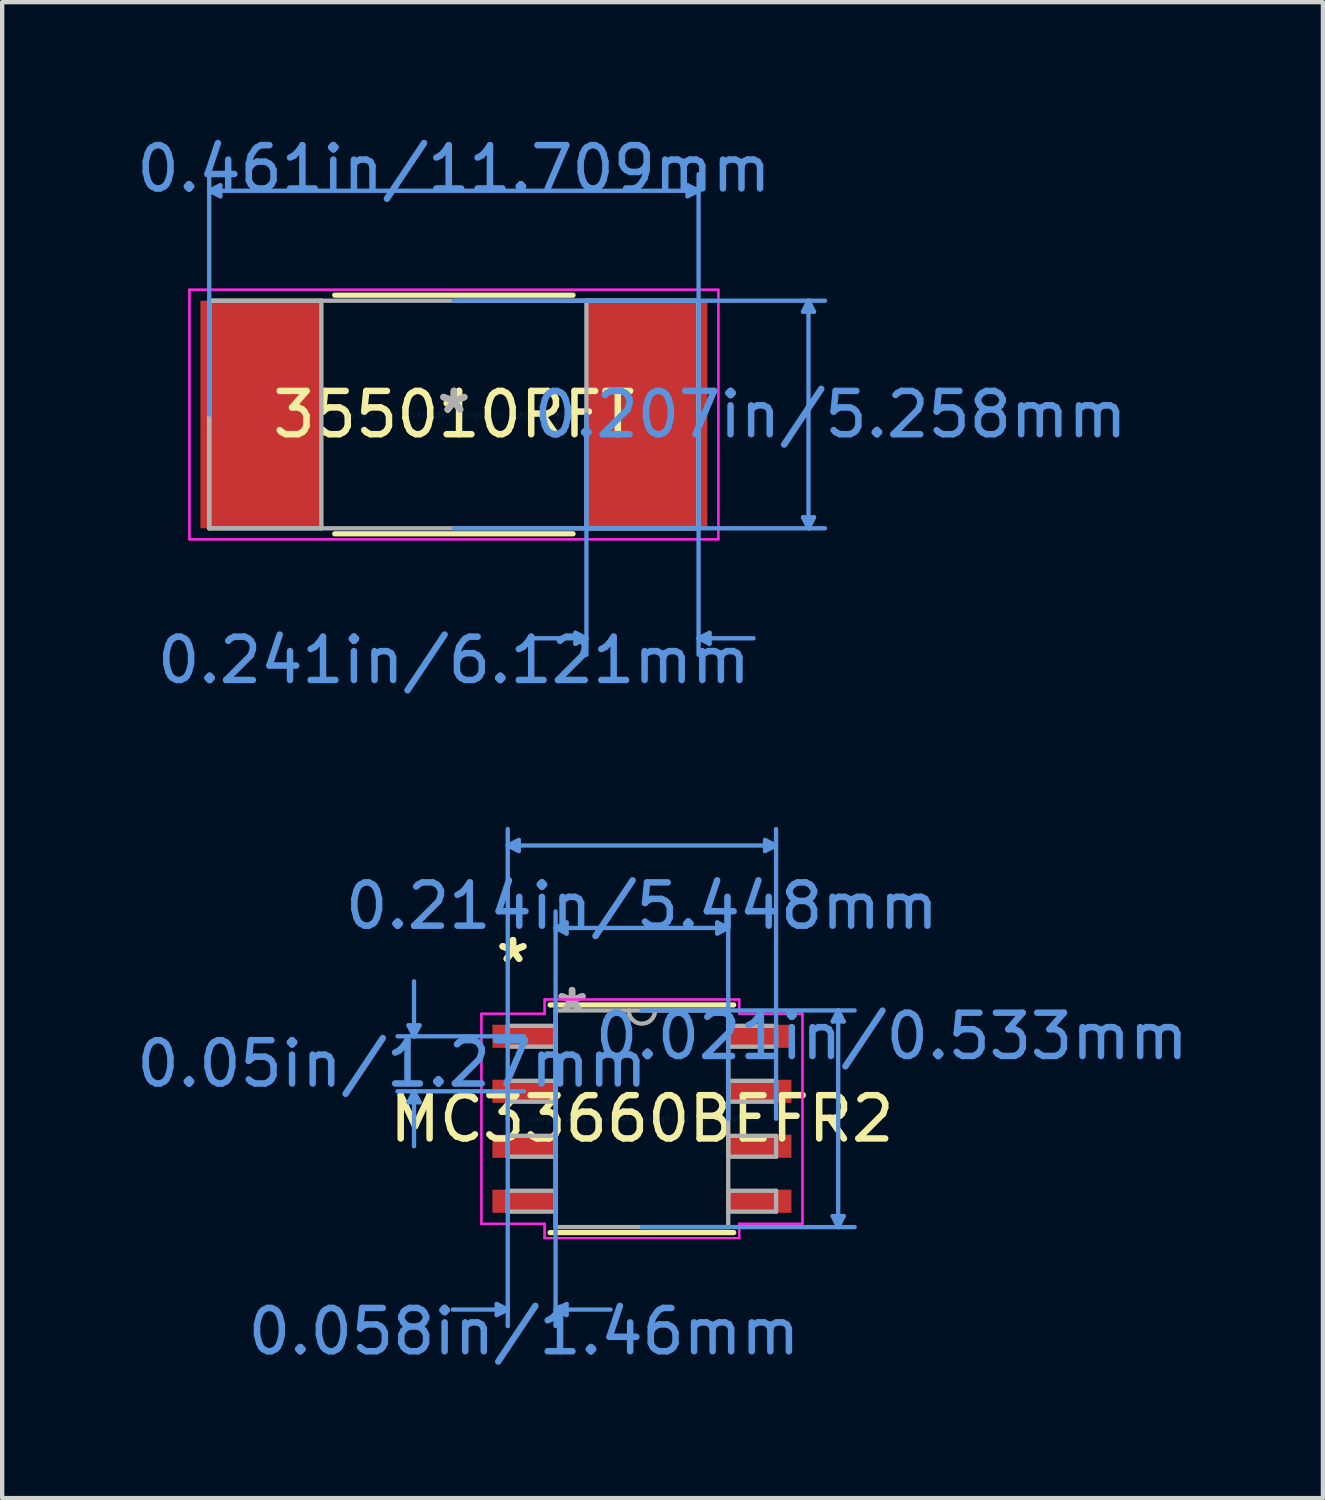
<source format=kicad_pcb>
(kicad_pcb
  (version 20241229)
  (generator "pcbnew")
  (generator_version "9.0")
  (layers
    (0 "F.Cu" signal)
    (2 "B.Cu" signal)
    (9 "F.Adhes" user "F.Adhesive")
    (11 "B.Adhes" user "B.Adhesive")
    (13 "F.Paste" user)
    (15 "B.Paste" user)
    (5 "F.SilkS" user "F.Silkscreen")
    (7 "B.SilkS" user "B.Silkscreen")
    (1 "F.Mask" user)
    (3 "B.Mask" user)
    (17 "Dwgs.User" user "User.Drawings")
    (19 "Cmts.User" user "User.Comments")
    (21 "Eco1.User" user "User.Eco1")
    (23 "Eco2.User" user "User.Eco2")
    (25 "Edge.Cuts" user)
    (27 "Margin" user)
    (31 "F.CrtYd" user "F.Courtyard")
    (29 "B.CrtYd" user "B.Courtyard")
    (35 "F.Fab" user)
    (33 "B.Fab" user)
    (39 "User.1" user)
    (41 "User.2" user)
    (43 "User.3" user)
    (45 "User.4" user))
  (footprint "MC33660BEFR2"
    (layer "F.Cu")
    (at 11.778 22.793)
    (property "Reference" "MC33660BEFR2" (at 0 0 0) (layer "F.SilkS") (effects (font (size 1 1) (thickness 0.15))))
    (attr through_hole)
    (fp_line (start -2.121 2.629) (end 2.121 2.629) (stroke (width 0.12) (type solid)) (layer "F.SilkS"))
    (fp_line (start 2.121 -2.629) (end -2.121 -2.629) (stroke (width 0.12) (type solid)) (layer "F.SilkS"))
    (fp_line (start -5.391 -2.159) (end -5.137 -2.159) (stroke (width 0.1) (type solid)) (layer "Cmts.User"))
    (fp_line (start -5.391 -0.381) (end -5.137 -0.381) (stroke (width 0.1) (type solid)) (layer "Cmts.User"))
    (fp_line (start -5.264 -1.905) (end -5.391 -2.159) (stroke (width 0.1) (type solid)) (layer "Cmts.User"))
    (fp_line (start -5.264 -1.905) (end -5.264 -3.175) (stroke (width 0.1) (type solid)) (layer "Cmts.User"))
    (fp_line (start -5.264 -1.905) (end -5.137 -2.159) (stroke (width 0.1) (type solid)) (layer "Cmts.User"))
    (fp_line (start -5.264 -0.635) (end -5.391 -0.381) (stroke (width 0.1) (type solid)) (layer "Cmts.User"))
    (fp_line (start -5.264 -0.635) (end -5.264 0.635) (stroke (width 0.1) (type solid)) (layer "Cmts.User"))
    (fp_line (start -5.264 -0.635) (end -5.137 -0.381) (stroke (width 0.1) (type solid)) (layer "Cmts.User"))
    (fp_line (start -3.353 4.28) (end -3.353 4.534) (stroke (width 0.1) (type solid)) (layer "Cmts.User"))
    (fp_line (start -3.099 -6.312) (end -2.845 -6.439) (stroke (width 0.1) (type solid)) (layer "Cmts.User"))
    (fp_line (start -3.099 -6.312) (end -2.845 -6.185) (stroke (width 0.1) (type solid)) (layer "Cmts.User"))
    (fp_line (start -3.099 -6.312) (end 3.099 -6.312) (stroke (width 0.1) (type solid)) (layer "Cmts.User"))
    (fp_line (start -3.099 0) (end -3.099 -6.693) (stroke (width 0.1) (type solid)) (layer "Cmts.User"))
    (fp_line (start -3.099 0) (end -3.099 4.788) (stroke (width 0.1) (type solid)) (layer "Cmts.User"))
    (fp_line (start -3.099 4.407) (end -4.369 4.407) (stroke (width 0.1) (type solid)) (layer "Cmts.User"))
    (fp_line (start -3.099 4.407) (end -3.353 4.28) (stroke (width 0.1) (type solid)) (layer "Cmts.User"))
    (fp_line (start -3.099 4.407) (end -3.353 4.534) (stroke (width 0.1) (type solid)) (layer "Cmts.User"))
    (fp_line (start -2.845 -6.439) (end -2.845 -6.185) (stroke (width 0.1) (type solid)) (layer "Cmts.User"))
    (fp_line (start -2.724 -1.905) (end -5.645 -1.905) (stroke (width 0.1) (type solid)) (layer "Cmts.User"))
    (fp_line (start -2.724 -0.635) (end -5.645 -0.635) (stroke (width 0.1) (type solid)) (layer "Cmts.User"))
    (fp_line (start -1.994 -4.407) (end -1.74 -4.534) (stroke (width 0.1) (type solid)) (layer "Cmts.User"))
    (fp_line (start -1.994 -4.407) (end -1.74 -4.28) (stroke (width 0.1) (type solid)) (layer "Cmts.User"))
    (fp_line (start -1.994 -4.407) (end 1.994 -4.407) (stroke (width 0.1) (type solid)) (layer "Cmts.User"))
    (fp_line (start -1.994 0) (end -1.994 -4.788) (stroke (width 0.1) (type solid)) (layer "Cmts.User"))
    (fp_line (start -1.994 0) (end -1.994 4.788) (stroke (width 0.1) (type solid)) (layer "Cmts.User"))
    (fp_line (start -1.994 4.407) (end -1.74 4.28) (stroke (width 0.1) (type solid)) (layer "Cmts.User"))
    (fp_line (start -1.994 4.407) (end -1.74 4.534) (stroke (width 0.1) (type solid)) (layer "Cmts.User"))
    (fp_line (start -1.994 4.407) (end -0.724 4.407) (stroke (width 0.1) (type solid)) (layer "Cmts.User"))
    (fp_line (start -1.74 -4.534) (end -1.74 -4.28) (stroke (width 0.1) (type solid)) (layer "Cmts.User"))
    (fp_line (start -1.74 4.28) (end -1.74 4.534) (stroke (width 0.1) (type solid)) (layer "Cmts.User"))
    (fp_line (start 0 -2.502) (end 4.915 -2.502) (stroke (width 0.1) (type solid)) (layer "Cmts.User"))
    (fp_line (start 0 2.502) (end 4.915 2.502) (stroke (width 0.1) (type solid)) (layer "Cmts.User"))
    (fp_line (start 1.74 -4.534) (end 1.74 -4.28) (stroke (width 0.1) (type solid)) (layer "Cmts.User"))
    (fp_line (start 1.994 -4.407) (end 1.74 -4.534) (stroke (width 0.1) (type solid)) (layer "Cmts.User"))
    (fp_line (start 1.994 -4.407) (end 1.74 -4.28) (stroke (width 0.1) (type solid)) (layer "Cmts.User"))
    (fp_line (start 1.994 0) (end 1.994 -4.788) (stroke (width 0.1) (type solid)) (layer "Cmts.User"))
    (fp_line (start 2.845 -6.439) (end 2.845 -6.185) (stroke (width 0.1) (type solid)) (layer "Cmts.User"))
    (fp_line (start 3.099 -6.312) (end 2.845 -6.439) (stroke (width 0.1) (type solid)) (layer "Cmts.User"))
    (fp_line (start 3.099 -6.312) (end 2.845 -6.185) (stroke (width 0.1) (type solid)) (layer "Cmts.User"))
    (fp_line (start 3.099 0) (end 3.099 -6.693) (stroke (width 0.1) (type solid)) (layer "Cmts.User"))
    (fp_line (start 4.407 -2.248) (end 4.661 -2.248) (stroke (width 0.1) (type solid)) (layer "Cmts.User"))
    (fp_line (start 4.407 2.248) (end 4.661 2.248) (stroke (width 0.1) (type solid)) (layer "Cmts.User"))
    (fp_line (start 4.534 -2.502) (end 4.407 -2.248) (stroke (width 0.1) (type solid)) (layer "Cmts.User"))
    (fp_line (start 4.534 -2.502) (end 4.534 2.502) (stroke (width 0.1) (type solid)) (layer "Cmts.User"))
    (fp_line (start 4.534 -2.502) (end 4.661 -2.248) (stroke (width 0.1) (type solid)) (layer "Cmts.User"))
    (fp_line (start 4.534 2.502) (end 4.407 2.248) (stroke (width 0.1) (type solid)) (layer "Cmts.User"))
    (fp_line (start 4.534 2.502) (end 4.661 2.248) (stroke (width 0.1) (type solid)) (layer "Cmts.User"))
    (fp_line (start -3.708 -2.426) (end -2.248 -2.426) (stroke (width 0.05) (type solid)) (layer "F.CrtYd"))
    (fp_line (start -3.708 -2.426) (end -2.248 -2.426) (stroke (width 0.05) (type solid)) (layer "F.CrtYd"))
    (fp_line (start -3.708 2.426) (end -3.708 -2.426) (stroke (width 0.05) (type solid)) (layer "F.CrtYd"))
    (fp_line (start -3.708 2.426) (end -3.708 -2.426) (stroke (width 0.05) (type solid)) (layer "F.CrtYd"))
    (fp_line (start -3.708 2.426) (end -2.248 2.426) (stroke (width 0.05) (type solid)) (layer "F.CrtYd"))
    (fp_line (start -2.248 -2.756) (end 2.248 -2.756) (stroke (width 0.05) (type solid)) (layer "F.CrtYd"))
    (fp_line (start -2.248 -2.756) (end 2.248 -2.756) (stroke (width 0.05) (type solid)) (layer "F.CrtYd"))
    (fp_line (start -2.248 -2.426) (end -2.248 -2.756) (stroke (width 0.05) (type solid)) (layer "F.CrtYd"))
    (fp_line (start -2.248 -2.426) (end -2.248 -2.756) (stroke (width 0.05) (type solid)) (layer "F.CrtYd"))
    (fp_line (start -2.248 2.426) (end -3.708 2.426) (stroke (width 0.05) (type solid)) (layer "F.CrtYd"))
    (fp_line (start -2.248 2.756) (end -2.248 2.426) (stroke (width 0.05) (type solid)) (layer "F.CrtYd"))
    (fp_line (start -2.248 2.756) (end -2.248 2.426) (stroke (width 0.05) (type solid)) (layer "F.CrtYd"))
    (fp_line (start 2.248 -2.756) (end 2.248 -2.426) (stroke (width 0.05) (type solid)) (layer "F.CrtYd"))
    (fp_line (start 2.248 -2.756) (end 2.248 -2.426) (stroke (width 0.05) (type solid)) (layer "F.CrtYd"))
    (fp_line (start 2.248 -2.426) (end 3.708 -2.426) (stroke (width 0.05) (type solid)) (layer "F.CrtYd"))
    (fp_line (start 2.248 2.426) (end 2.248 2.756) (stroke (width 0.05) (type solid)) (layer "F.CrtYd"))
    (fp_line (start 2.248 2.426) (end 2.248 2.756) (stroke (width 0.05) (type solid)) (layer "F.CrtYd"))
    (fp_line (start 2.248 2.756) (end -2.248 2.756) (stroke (width 0.05) (type solid)) (layer "F.CrtYd"))
    (fp_line (start 2.248 2.756) (end -2.248 2.756) (stroke (width 0.05) (type solid)) (layer "F.CrtYd"))
    (fp_line (start 3.708 -2.426) (end 2.248 -2.426) (stroke (width 0.05) (type solid)) (layer "F.CrtYd"))
    (fp_line (start 3.708 -2.426) (end 3.708 2.426) (stroke (width 0.05) (type solid)) (layer "F.CrtYd"))
    (fp_line (start 3.708 -2.426) (end 3.708 2.426) (stroke (width 0.05) (type solid)) (layer "F.CrtYd"))
    (fp_line (start 3.708 2.426) (end 2.248 2.426) (stroke (width 0.05) (type solid)) (layer "F.CrtYd"))
    (fp_line (start 3.708 2.426) (end 2.248 2.426) (stroke (width 0.05) (type solid)) (layer "F.CrtYd"))
    (fp_line (start -3.099 -2.146) (end -3.099 -1.664) (stroke (width 0.1) (type solid)) (layer "F.Fab"))
    (fp_line (start -3.099 -1.664) (end -1.994 -1.664) (stroke (width 0.1) (type solid)) (layer "F.Fab"))
    (fp_line (start -3.099 -0.876) (end -3.099 -0.394) (stroke (width 0.1) (type solid)) (layer "F.Fab"))
    (fp_line (start -3.099 -0.394) (end -1.994 -0.394) (stroke (width 0.1) (type solid)) (layer "F.Fab"))
    (fp_line (start -3.099 0.394) (end -3.099 0.876) (stroke (width 0.1) (type solid)) (layer "F.Fab"))
    (fp_line (start -3.099 0.876) (end -1.994 0.876) (stroke (width 0.1) (type solid)) (layer "F.Fab"))
    (fp_line (start -3.099 1.664) (end -3.099 2.146) (stroke (width 0.1) (type solid)) (layer "F.Fab"))
    (fp_line (start -3.099 2.146) (end -1.994 2.146) (stroke (width 0.1) (type solid)) (layer "F.Fab"))
    (fp_line (start -1.994 -2.502) (end -1.994 2.502) (stroke (width 0.1) (type solid)) (layer "F.Fab"))
    (fp_line (start -1.994 -2.146) (end -3.099 -2.146) (stroke (width 0.1) (type solid)) (layer "F.Fab"))
    (fp_line (start -1.994 -1.664) (end -1.994 -2.146) (stroke (width 0.1) (type solid)) (layer "F.Fab"))
    (fp_line (start -1.994 -0.876) (end -3.099 -0.876) (stroke (width 0.1) (type solid)) (layer "F.Fab"))
    (fp_line (start -1.994 -0.394) (end -1.994 -0.876) (stroke (width 0.1) (type solid)) (layer "F.Fab"))
    (fp_line (start -1.994 0.394) (end -3.099 0.394) (stroke (width 0.1) (type solid)) (layer "F.Fab"))
    (fp_line (start -1.994 0.876) (end -1.994 0.394) (stroke (width 0.1) (type solid)) (layer "F.Fab"))
    (fp_line (start -1.994 1.664) (end -3.099 1.664) (stroke (width 0.1) (type solid)) (layer "F.Fab"))
    (fp_line (start -1.994 2.146) (end -1.994 1.664) (stroke (width 0.1) (type solid)) (layer "F.Fab"))
    (fp_line (start -1.994 2.502) (end 1.994 2.502) (stroke (width 0.1) (type solid)) (layer "F.Fab"))
    (fp_line (start 1.994 -2.502) (end -1.994 -2.502) (stroke (width 0.1) (type solid)) (layer "F.Fab"))
    (fp_line (start 1.994 -2.146) (end 1.994 -1.664) (stroke (width 0.1) (type solid)) (layer "F.Fab"))
    (fp_line (start 1.994 -1.664) (end 3.099 -1.664) (stroke (width 0.1) (type solid)) (layer "F.Fab"))
    (fp_line (start 1.994 -0.876) (end 1.994 -0.394) (stroke (width 0.1) (type solid)) (layer "F.Fab"))
    (fp_line (start 1.994 -0.394) (end 3.099 -0.394) (stroke (width 0.1) (type solid)) (layer "F.Fab"))
    (fp_line (start 1.994 0.394) (end 1.994 0.876) (stroke (width 0.1) (type solid)) (layer "F.Fab"))
    (fp_line (start 1.994 0.876) (end 3.099 0.876) (stroke (width 0.1) (type solid)) (layer "F.Fab"))
    (fp_line (start 1.994 1.664) (end 1.994 2.146) (stroke (width 0.1) (type solid)) (layer "F.Fab"))
    (fp_line (start 1.994 2.146) (end 3.099 2.146) (stroke (width 0.1) (type solid)) (layer "F.Fab"))
    (fp_line (start 1.994 2.502) (end 1.994 -2.502) (stroke (width 0.1) (type solid)) (layer "F.Fab"))
    (fp_line (start 3.099 -2.146) (end 1.994 -2.146) (stroke (width 0.1) (type solid)) (layer "F.Fab"))
    (fp_line (start 3.099 -1.664) (end 3.099 -2.146) (stroke (width 0.1) (type solid)) (layer "F.Fab"))
    (fp_line (start 3.099 -0.876) (end 1.994 -0.876) (stroke (width 0.1) (type solid)) (layer "F.Fab"))
    (fp_line (start 3.099 -0.394) (end 3.099 -0.876) (stroke (width 0.1) (type solid)) (layer "F.Fab"))
    (fp_line (start 3.099 0.394) (end 1.994 0.394) (stroke (width 0.1) (type solid)) (layer "F.Fab"))
    (fp_line (start 3.099 0.876) (end 3.099 0.394) (stroke (width 0.1) (type solid)) (layer "F.Fab"))
    (fp_line (start 3.099 1.664) (end 1.994 1.664) (stroke (width 0.1) (type solid)) (layer "F.Fab"))
    (fp_line (start 3.099 2.146) (end 3.099 1.664) (stroke (width 0.1) (type solid)) (layer "F.Fab"))
    (fp_arc (start 0.3048 -2.5019) (mid 0 -2.1971) (end -0.3048 -2.5019) (stroke (width 0.1) (type solid)) (layer "F.Fab"))
    (fp_text user "*" (at -2.978 -3.581 0) (layer "F.SilkS") (effects (font (size 1 1) (thickness 0.15))))
    (fp_text user "*" (at -2.978 -3.581 0) (layer "F.SilkS") (effects (font (size 1 1) (thickness 0.15))))
    (fp_text user "0.058in/1.46mm" (at -2.724 4.915 0) (layer "Cmts.User") (effects (font (size 1 1) (thickness 0.15))))
    (fp_text user "0.05in/1.27mm" (at -5.772 -1.27 0) (layer "Cmts.User") (effects (font (size 1 1) (thickness 0.15))))
    (fp_text user "0.021in/0.533mm" (at 5.772 -1.905 0) (layer "Cmts.User") (effects (font (size 1 1) (thickness 0.15))))
    (fp_text user "0.214in/5.448mm" (at 0 -4.915 0) (layer "Cmts.User") (effects (font (size 1 1) (thickness 0.15))))
    (fp_text user "Copyright 2021 Accelerated Designs. All rights reserved." (at 0 0 0) (layer "Cmts.User") (effects (font (size 0.127 0.127) (thickness 0.002))))
    (fp_text user "*" (at -1.613 -2.426 0) (layer "F.Fab") (effects (font (size 1 1) (thickness 0.15))))
    (fp_text user "*" (at -1.613 -2.426 0) (layer "F.Fab") (effects (font (size 1 1) (thickness 0.15))))
    (pad "1" smd rect (at -2.724 -1.905) (size 1.46 0.533) (layers "F.Cu" "F.Mask" "F.Paste"))
    (pad "2" smd rect (at -2.724 -0.635) (size 1.46 0.533) (layers "F.Cu" "F.Mask" "F.Paste"))
    (pad "3" smd rect (at -2.724 0.635) (size 1.46 0.533) (layers "F.Cu" "F.Mask" "F.Paste"))
    (pad "4" smd rect (at -2.724 1.905) (size 1.46 0.533) (layers "F.Cu" "F.Mask" "F.Paste"))
    (pad "5" smd rect (at 2.724 1.905) (size 1.46 0.533) (layers "F.Cu" "F.Mask" "F.Paste"))
    (pad "6" smd rect (at 2.724 0.635) (size 1.46 0.533) (layers "F.Cu" "F.Mask" "F.Paste"))
    (pad "7" smd rect (at 2.724 -0.635) (size 1.46 0.533) (layers "F.Cu" "F.Mask" "F.Paste"))
    (pad "8" smd rect (at 2.724 -1.905) (size 1.46 0.533) (layers "F.Cu" "F.Mask" "F.Paste")))
  (footprint "355010RFT"
    (layer "F.Cu")
    (at 7.435 6.525)
    (property "Reference" "355010RFT" (at 0 0 0) (layer "F.SilkS") (effects (font (size 1 1) (thickness 0.15))))
    (attr through_hole)
    (fp_line (start -2.753 2.756) (end 2.753 2.756) (stroke (width 0.12) (type solid)) (layer "F.SilkS"))
    (fp_line (start 2.753 -2.756) (end -2.753 -2.756) (stroke (width 0.12) (type solid)) (layer "F.SilkS"))
    (fp_line (start -5.652 -5.169) (end -5.397 -5.296) (stroke (width 0.1) (type solid)) (layer "Cmts.User"))
    (fp_line (start -5.652 -5.169) (end -5.397 -5.042) (stroke (width 0.1) (type solid)) (layer "Cmts.User"))
    (fp_line (start -5.652 -5.169) (end 5.652 -5.169) (stroke (width 0.1) (type solid)) (layer "Cmts.User"))
    (fp_line (start -5.652 0) (end -5.652 -5.55) (stroke (width 0.1) (type solid)) (layer "Cmts.User"))
    (fp_line (start -5.397 -5.296) (end -5.397 -5.042) (stroke (width 0.1) (type solid)) (layer "Cmts.User"))
    (fp_line (start 0 -2.629) (end 8.572 -2.629) (stroke (width 0.1) (type solid)) (layer "Cmts.User"))
    (fp_line (start 0 2.629) (end 8.572 2.629) (stroke (width 0.1) (type solid)) (layer "Cmts.User"))
    (fp_line (start 2.807 5.042) (end 2.807 5.296) (stroke (width 0.1) (type solid)) (layer "Cmts.User"))
    (fp_line (start 3.061 0) (end 3.061 5.55) (stroke (width 0.1) (type solid)) (layer "Cmts.User"))
    (fp_line (start 3.061 5.169) (end 1.791 5.169) (stroke (width 0.1) (type solid)) (layer "Cmts.User"))
    (fp_line (start 3.061 5.169) (end 2.807 5.042) (stroke (width 0.1) (type solid)) (layer "Cmts.User"))
    (fp_line (start 3.061 5.169) (end 2.807 5.296) (stroke (width 0.1) (type solid)) (layer "Cmts.User"))
    (fp_line (start 5.397 -5.296) (end 5.397 -5.042) (stroke (width 0.1) (type solid)) (layer "Cmts.User"))
    (fp_line (start 5.652 -5.169) (end 5.397 -5.296) (stroke (width 0.1) (type solid)) (layer "Cmts.User"))
    (fp_line (start 5.652 -5.169) (end 5.397 -5.042) (stroke (width 0.1) (type solid)) (layer "Cmts.User"))
    (fp_line (start 5.652 0) (end 5.652 -5.55) (stroke (width 0.1) (type solid)) (layer "Cmts.User"))
    (fp_line (start 5.652 0) (end 5.652 5.55) (stroke (width 0.1) (type solid)) (layer "Cmts.User"))
    (fp_line (start 5.652 5.169) (end 5.905 5.042) (stroke (width 0.1) (type solid)) (layer "Cmts.User"))
    (fp_line (start 5.652 5.169) (end 5.905 5.296) (stroke (width 0.1) (type solid)) (layer "Cmts.User"))
    (fp_line (start 5.652 5.169) (end 6.921 5.169) (stroke (width 0.1) (type solid)) (layer "Cmts.User"))
    (fp_line (start 5.905 5.042) (end 5.905 5.296) (stroke (width 0.1) (type solid)) (layer "Cmts.User"))
    (fp_line (start 8.065 -2.375) (end 8.319 -2.375) (stroke (width 0.1) (type solid)) (layer "Cmts.User"))
    (fp_line (start 8.065 2.375) (end 8.319 2.375) (stroke (width 0.1) (type solid)) (layer "Cmts.User"))
    (fp_line (start 8.191 -2.629) (end 8.065 -2.375) (stroke (width 0.1) (type solid)) (layer "Cmts.User"))
    (fp_line (start 8.191 -2.629) (end 8.191 2.629) (stroke (width 0.1) (type solid)) (layer "Cmts.User"))
    (fp_line (start 8.191 -2.629) (end 8.319 -2.375) (stroke (width 0.1) (type solid)) (layer "Cmts.User"))
    (fp_line (start 8.191 2.629) (end 8.065 2.375) (stroke (width 0.1) (type solid)) (layer "Cmts.User"))
    (fp_line (start 8.191 2.629) (end 8.319 2.375) (stroke (width 0.1) (type solid)) (layer "Cmts.User"))
    (fp_line (start -6.109 -2.883) (end 6.109 -2.883) (stroke (width 0.05) (type solid)) (layer "F.CrtYd"))
    (fp_line (start -6.109 -2.883) (end 6.109 -2.883) (stroke (width 0.05) (type solid)) (layer "F.CrtYd"))
    (fp_line (start -6.109 2.883) (end -6.109 -2.883) (stroke (width 0.05) (type solid)) (layer "F.CrtYd"))
    (fp_line (start -6.109 2.883) (end -6.109 -2.883) (stroke (width 0.05) (type solid)) (layer "F.CrtYd"))
    (fp_line (start 6.109 -2.883) (end 6.109 2.883) (stroke (width 0.05) (type solid)) (layer "F.CrtYd"))
    (fp_line (start 6.109 -2.883) (end 6.109 2.883) (stroke (width 0.05) (type solid)) (layer "F.CrtYd"))
    (fp_line (start 6.109 2.883) (end -6.109 2.883) (stroke (width 0.05) (type solid)) (layer "F.CrtYd"))
    (fp_line (start 6.109 2.883) (end -6.109 2.883) (stroke (width 0.05) (type solid)) (layer "F.CrtYd"))
    (fp_line (start -5.652 -2.629) (end -5.652 2.629) (stroke (width 0.1) (type solid)) (layer "F.Fab"))
    (fp_line (start -5.652 -2.629) (end -5.652 2.629) (stroke (width 0.1) (type solid)) (layer "F.Fab"))
    (fp_line (start -5.652 2.629) (end -3.061 2.629) (stroke (width 0.1) (type solid)) (layer "F.Fab"))
    (fp_line (start -5.652 2.629) (end 5.652 2.629) (stroke (width 0.1) (type solid)) (layer "F.Fab"))
    (fp_line (start -3.061 -2.629) (end -5.652 -2.629) (stroke (width 0.1) (type solid)) (layer "F.Fab"))
    (fp_line (start -3.061 2.629) (end -3.061 -2.629) (stroke (width 0.1) (type solid)) (layer "F.Fab"))
    (fp_line (start 3.061 -2.629) (end 3.061 2.629) (stroke (width 0.1) (type solid)) (layer "F.Fab"))
    (fp_line (start 3.061 2.629) (end 5.652 2.629) (stroke (width 0.1) (type solid)) (layer "F.Fab"))
    (fp_line (start 5.652 -2.629) (end -5.652 -2.629) (stroke (width 0.1) (type solid)) (layer "F.Fab"))
    (fp_line (start 5.652 -2.629) (end 3.061 -2.629) (stroke (width 0.1) (type solid)) (layer "F.Fab"))
    (fp_line (start 5.652 2.629) (end 5.652 -2.629) (stroke (width 0.1) (type solid)) (layer "F.Fab"))
    (fp_line (start 5.652 2.629) (end 5.652 -2.629) (stroke (width 0.1) (type solid)) (layer "F.Fab"))
    (fp_text user "*" (at 0 0 0) (layer "F.SilkS") (effects (font (size 1 1) (thickness 0.15))))
    (fp_text user "0.461in/11.709mm" (at 0 -5.677 0) (layer "Cmts.User") (effects (font (size 1 1) (thickness 0.15))))
    (fp_text user "Copyright 2021 Accelerated Designs. All rights reserved." (at 0 0 0) (layer "Cmts.User") (effects (font (size 0.127 0.127) (thickness 0.002))))
    (fp_text user "0.207in/5.258mm" (at 8.7 0 0) (layer "Cmts.User") (effects (font (size 1 1) (thickness 0.15))))
    (fp_text user "0.241in/6.121mm" (at 0 5.677 0) (layer "Cmts.User") (effects (font (size 1 1) (thickness 0.15))))
    (fp_text user "*" (at 0 0 0) (layer "F.Fab") (effects (font (size 1 1) (thickness 0.15))))
    (pad "1" smd rect (at -4.458 0) (size 2.794 5.258) (layers "F.Cu" "F.Mask" "F.Paste"))
    (pad "2" smd rect (at 4.458 0) (size 2.794 5.258) (layers "F.Cu" "F.Mask" "F.Paste")))
  (gr_rect
    (start -3 -3)
    (end 27.509 31.556)
    (stroke (width 0.1) (type default))
    (fill no)
    (layer "Edge.Cuts")))
</source>
